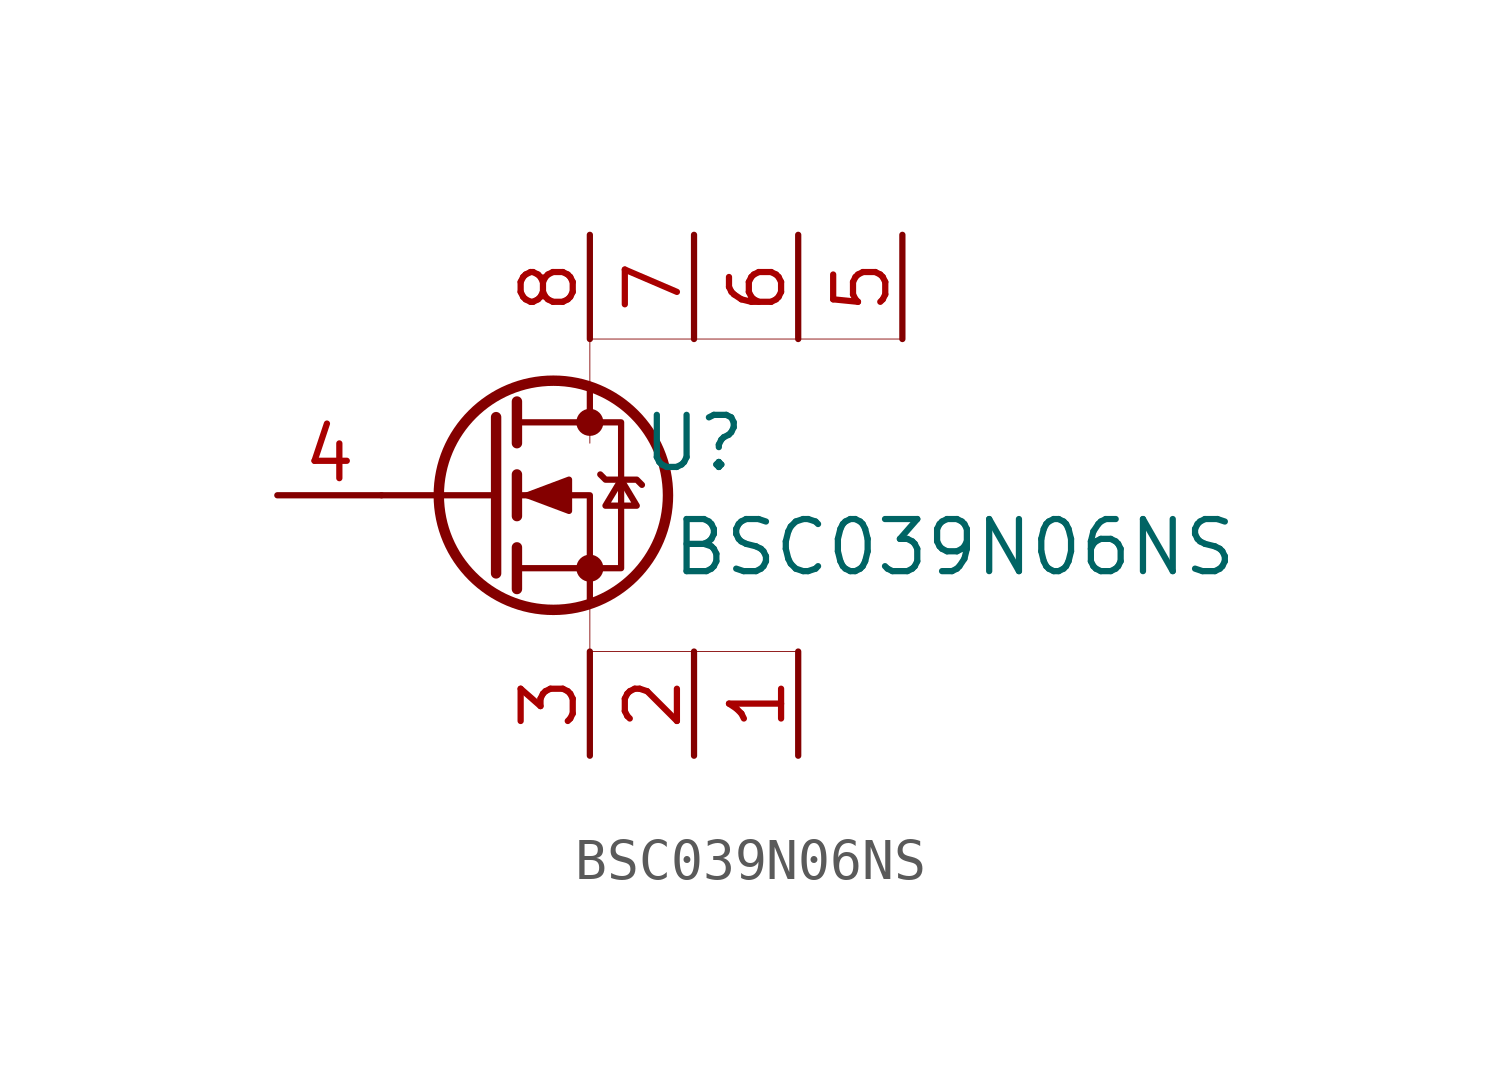
<source format=kicad_sym>
(kicad_symbol_lib
  (version 20201005)
  (generator kicad_symbol_editor)
  (symbol "PowerLibrary:BSC039N06NS"
    (property "Reference" "U"
      (at 2.54 1.27 0)
      (effects (font (size 1.27 1.27))))
    (property "Value" "BSC039N06NS"
      (at 8.89 -1.27 0)
      (effects (font (size 1.27 1.27))))
    (symbol "BSC039N06NS_0_1"
      (circle (center -0.889 0) (radius 2.794) (stroke (width 0.254)) (fill (type none)))
      (circle (center 0 -1.778) (radius 0.254) (stroke (width 0)) (fill (type outline)))
      (circle (center 0 1.778) (radius 0.254) (stroke (width 0)) (fill (type outline)))
      (polyline (pts (xy -2.286 0) (xy -5.08 0)) (stroke (width 0)) (fill (type none)))
      (polyline (pts (xy -2.286 1.905) (xy -2.286 -1.905)) (stroke (width 0.254)) (fill (type none)))
      (polyline (pts (xy -1.778 -1.27) (xy -1.778 -2.286)) (stroke (width 0.254)) (fill (type none)))
      (polyline (pts (xy -1.778 0.508) (xy -1.778 -0.508)) (stroke (width 0.254)) (fill (type none)))
      (polyline (pts (xy -1.778 2.286) (xy -1.778 1.27)) (stroke (width 0.254)) (fill (type none)))
      (polyline (pts (xy 0 2.54) (xy 0 1.778)) (stroke (width 0)) (fill (type none)))
      (polyline (pts (xy 0 -2.54) (xy 0 0) (xy -1.778 0)) (stroke (width 0)) (fill (type none)))
      (polyline (pts (xy -1.778 -1.778) (xy 0.762 -1.778) (xy 0.762 1.778) (xy -1.778 1.778)) (stroke (width 0)) (fill (type none)))
      (polyline (pts (xy -1.524 0) (xy -0.508 0.381) (xy -0.508 -0.381) (xy -1.524 0)) (stroke (width 0)) (fill (type outline)))
      (polyline (pts (xy 0.254 0.508) (xy 0.381 0.381) (xy 1.143 0.381) (xy 1.27 0.254)) (stroke (width 0)) (fill (type none)))
      (polyline (pts (xy 0.762 0.381) (xy 0.381 -0.254) (xy 1.143 -0.254) (xy 0.762 0.381)) (stroke (width 0)) (fill (type none)))
      (polyline (pts (xy 0 3.81) (xy 0 1.27)) (stroke (width 0.001)) (fill (type none)))
      (polyline (pts (xy 0 3.81) (xy 2.54 3.81)) (stroke (width 0.001)) (fill (type none)))
      (polyline (pts (xy 2.54 3.81) (xy 5.08 3.81)) (stroke (width 0.001)) (fill (type none)))
      (polyline (pts (xy 5.08 3.81) (xy 7.62 3.81)) (stroke (width 0.001)) (fill (type none)))
      (polyline (pts (xy 0 -3.81) (xy 0 -1.27)) (stroke (width 0.001)) (fill (type none)))
      (polyline (pts (xy 0 -3.81) (xy 2.54 -3.81)) (stroke (width 0.001)) (fill (type none)))
      (polyline (pts (xy 2.54 -3.81) (xy 5.08 -3.81)) (stroke (width 0.001)) (fill (type none))))
    (symbol "BSC039N06NS_1_1"
      (pin input line (at 7.62 6.35 270) (length 2.54) (name "" (effects (font (size 1.27 1.27)))) (number "5" (effects (font (size 1.27 1.27)))))
      (pin input line (at -7.62 0 0) (length 2.54) (name "" (effects (font (size 1.27 1.27)))) (number "4" (effects (font (size 1.27 1.27)))))
      (pin input line (at 5.08 -6.35 90) (length 2.54) (name "" (effects (font (size 1.27 1.27)))) (number "1" (effects (font (size 1.27 1.27)))))
      (pin input line (at 2.54 -6.35 90) (length 2.54) (name "" (effects (font (size 1.27 1.27)))) (number "2" (effects (font (size 1.27 1.27)))))
      (pin input line (at 0 -6.35 90) (length 2.54) (name "" (effects (font (size 1.27 1.27)))) (number "3" (effects (font (size 1.27 1.27)))))
      (pin input line (at 5.08 6.35 270) (length 2.54) (name "" (effects (font (size 1.27 1.27)))) (number "6" (effects (font (size 1.27 1.27)))))
      (pin input line (at 2.54 6.35 270) (length 2.54) (name "" (effects (font (size 1.27 1.27)))) (number "7" (effects (font (size 1.27 1.27)))))
      (pin input line (at 0 6.35 270) (length 2.54) (name "" (effects (font (size 1.27 1.27)))) (number "8" (effects (font (size 1.27 1.27))))))))
</source>
